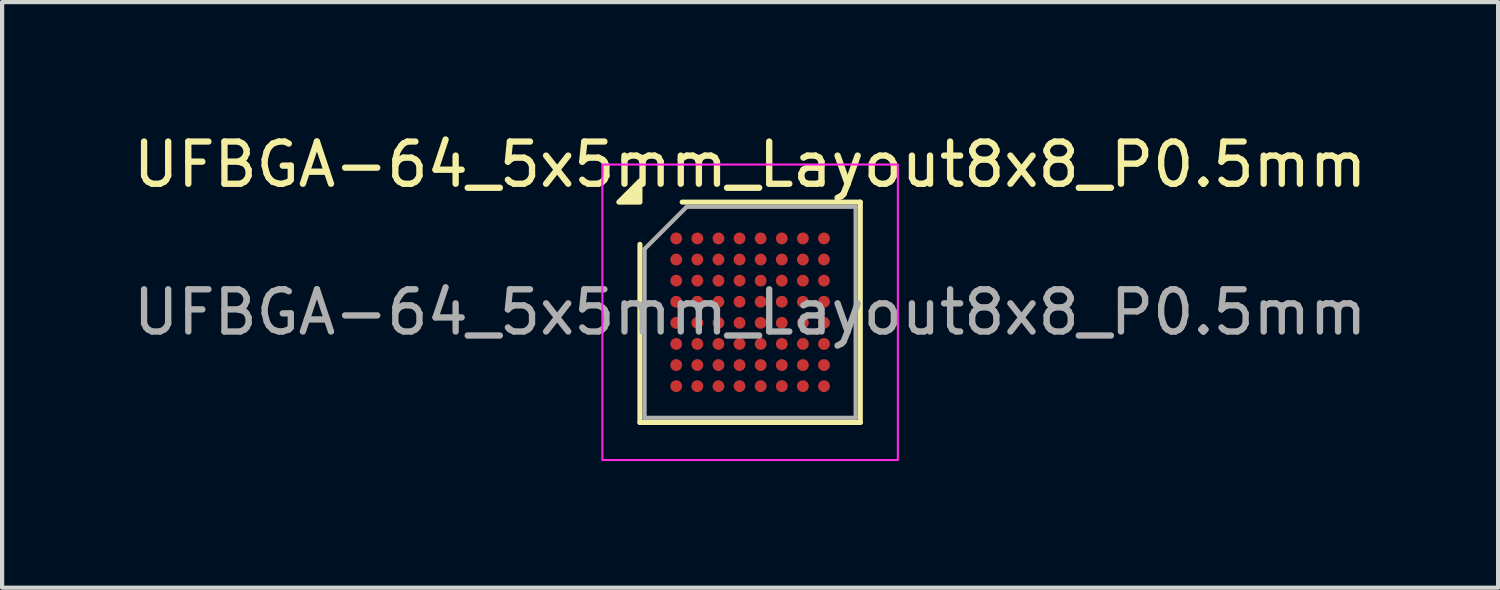
<source format=kicad_pcb>
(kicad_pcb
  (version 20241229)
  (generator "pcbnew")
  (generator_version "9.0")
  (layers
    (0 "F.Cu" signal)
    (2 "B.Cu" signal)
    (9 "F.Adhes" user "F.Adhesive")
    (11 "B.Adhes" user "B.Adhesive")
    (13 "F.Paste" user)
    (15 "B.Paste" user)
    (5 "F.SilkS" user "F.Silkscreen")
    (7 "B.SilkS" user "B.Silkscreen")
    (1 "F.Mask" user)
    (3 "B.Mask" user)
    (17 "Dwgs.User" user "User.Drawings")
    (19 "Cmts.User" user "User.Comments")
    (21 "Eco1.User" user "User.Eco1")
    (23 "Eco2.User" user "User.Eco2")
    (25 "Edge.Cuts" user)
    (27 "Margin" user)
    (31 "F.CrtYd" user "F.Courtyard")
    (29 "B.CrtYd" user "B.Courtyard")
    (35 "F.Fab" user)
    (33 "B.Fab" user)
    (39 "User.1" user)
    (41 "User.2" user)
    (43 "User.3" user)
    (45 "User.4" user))
  (footprint "UFBGA-64_5x5mm_Layout8x8_P0.5mm"
    (layer "F.Cu")
    (at 14.72 4.348)
    (property "Reference" "UFBGA-64_5x5mm_Layout8x8_P0.5mm" (at 0 -3.5 0) (layer "F.SilkS") (effects (font (size 1 1) (thickness 0.15))))
    (attr smd)
    (fp_line (start -2.61 2.61) (end -2.61 -1.61) (stroke (width 0.12) (type solid)) (layer "F.SilkS"))
    (fp_line (start -1.61 -2.61) (end 2.61 -2.61) (stroke (width 0.12) (type solid)) (layer "F.SilkS"))
    (fp_line (start 2.61 -2.61) (end 2.61 2.61) (stroke (width 0.12) (type solid)) (layer "F.SilkS"))
    (fp_line (start 2.61 2.61) (end -2.61 2.61) (stroke (width 0.12) (type solid)) (layer "F.SilkS"))
    (fp_poly (pts (xy -2.61 -2.61) (xy -3.11 -2.61) (xy -2.61 -3.11)) (stroke (width 0.12) (type solid)) (fill yes) (layer "F.SilkS"))
    (fp_rect (start -3.5 -3.5) (end 3.5 3.5) (stroke (width 0.05) (type solid)) (fill no) (layer "F.CrtYd"))
    (fp_line (start -2.5 -1.5) (end -1.5 -2.5) (stroke (width 0.1) (type solid)) (layer "F.Fab"))
    (fp_line (start -2.5 2.5) (end -2.5 -1.5) (stroke (width 0.1) (type solid)) (layer "F.Fab"))
    (fp_line (start -1.5 -2.5) (end 2.5 -2.5) (stroke (width 0.1) (type solid)) (layer "F.Fab"))
    (fp_line (start 2.5 -2.5) (end 2.5 2.5) (stroke (width 0.1) (type solid)) (layer "F.Fab"))
    (fp_line (start 2.5 2.5) (end -2.5 2.5) (stroke (width 0.1) (type solid)) (layer "F.Fab"))
    (fp_text user "${REFERENCE}" (at 0 0 0) (layer "F.Fab") (effects (font (size 1 1) (thickness 0.15))))
    (pad "A1" smd circle (at -1.75 -1.75) (size 0.28 0.28) (property pad_prop_bga) (layers "F.Cu" "F.Mask" "F.Paste"))
    (pad "A2" smd circle (at -1.25 -1.75) (size 0.28 0.28) (property pad_prop_bga) (layers "F.Cu" "F.Mask" "F.Paste"))
    (pad "A3" smd circle (at -0.75 -1.75) (size 0.28 0.28) (property pad_prop_bga) (layers "F.Cu" "F.Mask" "F.Paste"))
    (pad "A4" smd circle (at -0.25 -1.75) (size 0.28 0.28) (property pad_prop_bga) (layers "F.Cu" "F.Mask" "F.Paste"))
    (pad "A5" smd circle (at 0.25 -1.75) (size 0.28 0.28) (property pad_prop_bga) (layers "F.Cu" "F.Mask" "F.Paste"))
    (pad "A6" smd circle (at 0.75 -1.75) (size 0.28 0.28) (property pad_prop_bga) (layers "F.Cu" "F.Mask" "F.Paste"))
    (pad "A7" smd circle (at 1.25 -1.75) (size 0.28 0.28) (property pad_prop_bga) (layers "F.Cu" "F.Mask" "F.Paste"))
    (pad "A8" smd circle (at 1.75 -1.75) (size 0.28 0.28) (property pad_prop_bga) (layers "F.Cu" "F.Mask" "F.Paste"))
    (pad "B1" smd circle (at -1.75 -1.25) (size 0.28 0.28) (property pad_prop_bga) (layers "F.Cu" "F.Mask" "F.Paste"))
    (pad "B2" smd circle (at -1.25 -1.25) (size 0.28 0.28) (property pad_prop_bga) (layers "F.Cu" "F.Mask" "F.Paste"))
    (pad "B3" smd circle (at -0.75 -1.25) (size 0.28 0.28) (property pad_prop_bga) (layers "F.Cu" "F.Mask" "F.Paste"))
    (pad "B4" smd circle (at -0.25 -1.25) (size 0.28 0.28) (property pad_prop_bga) (layers "F.Cu" "F.Mask" "F.Paste"))
    (pad "B5" smd circle (at 0.25 -1.25) (size 0.28 0.28) (property pad_prop_bga) (layers "F.Cu" "F.Mask" "F.Paste"))
    (pad "B6" smd circle (at 0.75 -1.25) (size 0.28 0.28) (property pad_prop_bga) (layers "F.Cu" "F.Mask" "F.Paste"))
    (pad "B7" smd circle (at 1.25 -1.25) (size 0.28 0.28) (property pad_prop_bga) (layers "F.Cu" "F.Mask" "F.Paste"))
    (pad "B8" smd circle (at 1.75 -1.25) (size 0.28 0.28) (property pad_prop_bga) (layers "F.Cu" "F.Mask" "F.Paste"))
    (pad "C1" smd circle (at -1.75 -0.75) (size 0.28 0.28) (property pad_prop_bga) (layers "F.Cu" "F.Mask" "F.Paste"))
    (pad "C2" smd circle (at -1.25 -0.75) (size 0.28 0.28) (property pad_prop_bga) (layers "F.Cu" "F.Mask" "F.Paste"))
    (pad "C3" smd circle (at -0.75 -0.75) (size 0.28 0.28) (property pad_prop_bga) (layers "F.Cu" "F.Mask" "F.Paste"))
    (pad "C4" smd circle (at -0.25 -0.75) (size 0.28 0.28) (property pad_prop_bga) (layers "F.Cu" "F.Mask" "F.Paste"))
    (pad "C5" smd circle (at 0.25 -0.75) (size 0.28 0.28) (property pad_prop_bga) (layers "F.Cu" "F.Mask" "F.Paste"))
    (pad "C6" smd circle (at 0.75 -0.75) (size 0.28 0.28) (property pad_prop_bga) (layers "F.Cu" "F.Mask" "F.Paste"))
    (pad "C7" smd circle (at 1.25 -0.75) (size 0.28 0.28) (property pad_prop_bga) (layers "F.Cu" "F.Mask" "F.Paste"))
    (pad "C8" smd circle (at 1.75 -0.75) (size 0.28 0.28) (property pad_prop_bga) (layers "F.Cu" "F.Mask" "F.Paste"))
    (pad "D1" smd circle (at -1.75 -0.25) (size 0.28 0.28) (property pad_prop_bga) (layers "F.Cu" "F.Mask" "F.Paste"))
    (pad "D2" smd circle (at -1.25 -0.25) (size 0.28 0.28) (property pad_prop_bga) (layers "F.Cu" "F.Mask" "F.Paste"))
    (pad "D3" smd circle (at -0.75 -0.25) (size 0.28 0.28) (property pad_prop_bga) (layers "F.Cu" "F.Mask" "F.Paste"))
    (pad "D4" smd circle (at -0.25 -0.25) (size 0.28 0.28) (property pad_prop_bga) (layers "F.Cu" "F.Mask" "F.Paste"))
    (pad "D5" smd circle (at 0.25 -0.25) (size 0.28 0.28) (property pad_prop_bga) (layers "F.Cu" "F.Mask" "F.Paste"))
    (pad "D6" smd circle (at 0.75 -0.25) (size 0.28 0.28) (property pad_prop_bga) (layers "F.Cu" "F.Mask" "F.Paste"))
    (pad "D7" smd circle (at 1.25 -0.25) (size 0.28 0.28) (property pad_prop_bga) (layers "F.Cu" "F.Mask" "F.Paste"))
    (pad "D8" smd circle (at 1.75 -0.25) (size 0.28 0.28) (property pad_prop_bga) (layers "F.Cu" "F.Mask" "F.Paste"))
    (pad "E1" smd circle (at -1.75 0.25) (size 0.28 0.28) (property pad_prop_bga) (layers "F.Cu" "F.Mask" "F.Paste"))
    (pad "E2" smd circle (at -1.25 0.25) (size 0.28 0.28) (property pad_prop_bga) (layers "F.Cu" "F.Mask" "F.Paste"))
    (pad "E3" smd circle (at -0.75 0.25) (size 0.28 0.28) (property pad_prop_bga) (layers "F.Cu" "F.Mask" "F.Paste"))
    (pad "E4" smd circle (at -0.25 0.25) (size 0.28 0.28) (property pad_prop_bga) (layers "F.Cu" "F.Mask" "F.Paste"))
    (pad "E5" smd circle (at 0.25 0.25) (size 0.28 0.28) (property pad_prop_bga) (layers "F.Cu" "F.Mask" "F.Paste"))
    (pad "E6" smd circle (at 0.75 0.25) (size 0.28 0.28) (property pad_prop_bga) (layers "F.Cu" "F.Mask" "F.Paste"))
    (pad "E7" smd circle (at 1.25 0.25) (size 0.28 0.28) (property pad_prop_bga) (layers "F.Cu" "F.Mask" "F.Paste"))
    (pad "E8" smd circle (at 1.75 0.25) (size 0.28 0.28) (property pad_prop_bga) (layers "F.Cu" "F.Mask" "F.Paste"))
    (pad "F1" smd circle (at -1.75 0.75) (size 0.28 0.28) (property pad_prop_bga) (layers "F.Cu" "F.Mask" "F.Paste"))
    (pad "F2" smd circle (at -1.25 0.75) (size 0.28 0.28) (property pad_prop_bga) (layers "F.Cu" "F.Mask" "F.Paste"))
    (pad "F3" smd circle (at -0.75 0.75) (size 0.28 0.28) (property pad_prop_bga) (layers "F.Cu" "F.Mask" "F.Paste"))
    (pad "F4" smd circle (at -0.25 0.75) (size 0.28 0.28) (property pad_prop_bga) (layers "F.Cu" "F.Mask" "F.Paste"))
    (pad "F5" smd circle (at 0.25 0.75) (size 0.28 0.28) (property pad_prop_bga) (layers "F.Cu" "F.Mask" "F.Paste"))
    (pad "F6" smd circle (at 0.75 0.75) (size 0.28 0.28) (property pad_prop_bga) (layers "F.Cu" "F.Mask" "F.Paste"))
    (pad "F7" smd circle (at 1.25 0.75) (size 0.28 0.28) (property pad_prop_bga) (layers "F.Cu" "F.Mask" "F.Paste"))
    (pad "F8" smd circle (at 1.75 0.75) (size 0.28 0.28) (property pad_prop_bga) (layers "F.Cu" "F.Mask" "F.Paste"))
    (pad "G1" smd circle (at -1.75 1.25) (size 0.28 0.28) (property pad_prop_bga) (layers "F.Cu" "F.Mask" "F.Paste"))
    (pad "G2" smd circle (at -1.25 1.25) (size 0.28 0.28) (property pad_prop_bga) (layers "F.Cu" "F.Mask" "F.Paste"))
    (pad "G3" smd circle (at -0.75 1.25) (size 0.28 0.28) (property pad_prop_bga) (layers "F.Cu" "F.Mask" "F.Paste"))
    (pad "G4" smd circle (at -0.25 1.25) (size 0.28 0.28) (property pad_prop_bga) (layers "F.Cu" "F.Mask" "F.Paste"))
    (pad "G5" smd circle (at 0.25 1.25) (size 0.28 0.28) (property pad_prop_bga) (layers "F.Cu" "F.Mask" "F.Paste"))
    (pad "G6" smd circle (at 0.75 1.25) (size 0.28 0.28) (property pad_prop_bga) (layers "F.Cu" "F.Mask" "F.Paste"))
    (pad "G7" smd circle (at 1.25 1.25) (size 0.28 0.28) (property pad_prop_bga) (layers "F.Cu" "F.Mask" "F.Paste"))
    (pad "G8" smd circle (at 1.75 1.25) (size 0.28 0.28) (property pad_prop_bga) (layers "F.Cu" "F.Mask" "F.Paste"))
    (pad "H1" smd circle (at -1.75 1.75) (size 0.28 0.28) (property pad_prop_bga) (layers "F.Cu" "F.Mask" "F.Paste"))
    (pad "H2" smd circle (at -1.25 1.75) (size 0.28 0.28) (property pad_prop_bga) (layers "F.Cu" "F.Mask" "F.Paste"))
    (pad "H3" smd circle (at -0.75 1.75) (size 0.28 0.28) (property pad_prop_bga) (layers "F.Cu" "F.Mask" "F.Paste"))
    (pad "H4" smd circle (at -0.25 1.75) (size 0.28 0.28) (property pad_prop_bga) (layers "F.Cu" "F.Mask" "F.Paste"))
    (pad "H5" smd circle (at 0.25 1.75) (size 0.28 0.28) (property pad_prop_bga) (layers "F.Cu" "F.Mask" "F.Paste"))
    (pad "H6" smd circle (at 0.75 1.75) (size 0.28 0.28) (property pad_prop_bga) (layers "F.Cu" "F.Mask" "F.Paste"))
    (pad "H7" smd circle (at 1.25 1.75) (size 0.28 0.28) (property pad_prop_bga) (layers "F.Cu" "F.Mask" "F.Paste"))
    (pad "H8" smd circle (at 1.75 1.75) (size 0.28 0.28) (property pad_prop_bga) (layers "F.Cu" "F.Mask" "F.Paste")))
  (gr_rect
    (start -3 -3)
    (end 32.44 10.873)
    (stroke (width 0.1) (type default))
    (fill no)
    (layer "Edge.Cuts")))
</source>
